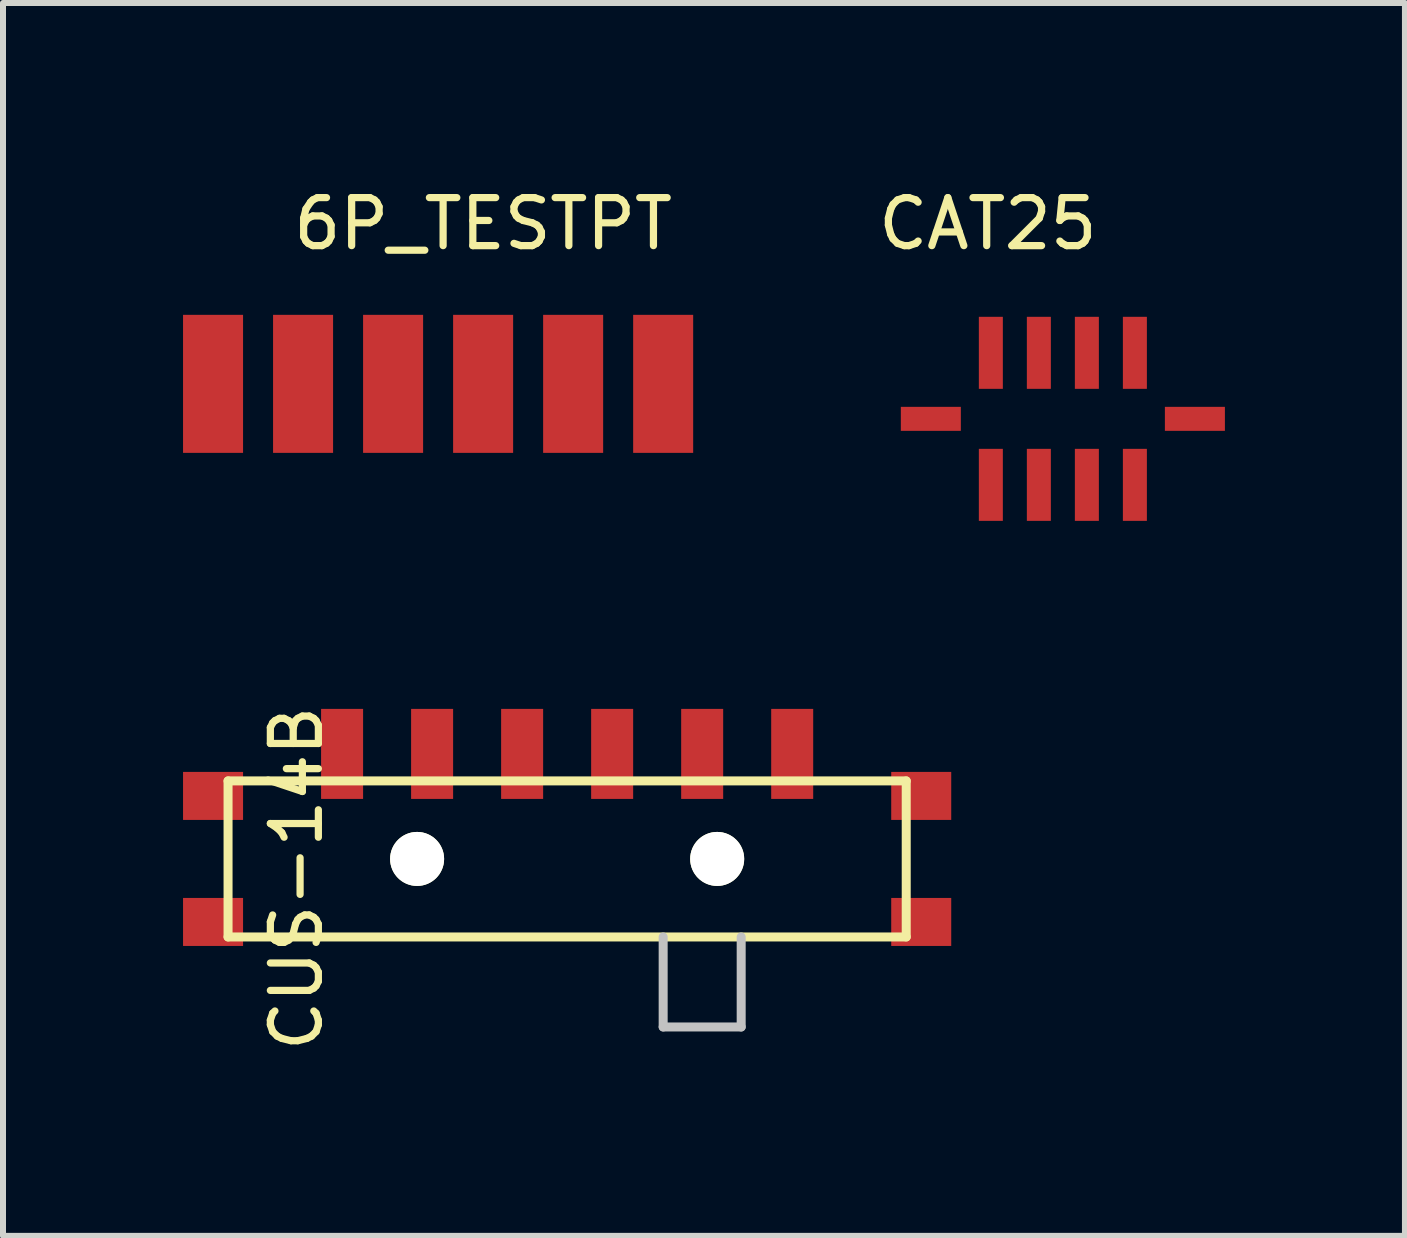
<source format=kicad_pcb>
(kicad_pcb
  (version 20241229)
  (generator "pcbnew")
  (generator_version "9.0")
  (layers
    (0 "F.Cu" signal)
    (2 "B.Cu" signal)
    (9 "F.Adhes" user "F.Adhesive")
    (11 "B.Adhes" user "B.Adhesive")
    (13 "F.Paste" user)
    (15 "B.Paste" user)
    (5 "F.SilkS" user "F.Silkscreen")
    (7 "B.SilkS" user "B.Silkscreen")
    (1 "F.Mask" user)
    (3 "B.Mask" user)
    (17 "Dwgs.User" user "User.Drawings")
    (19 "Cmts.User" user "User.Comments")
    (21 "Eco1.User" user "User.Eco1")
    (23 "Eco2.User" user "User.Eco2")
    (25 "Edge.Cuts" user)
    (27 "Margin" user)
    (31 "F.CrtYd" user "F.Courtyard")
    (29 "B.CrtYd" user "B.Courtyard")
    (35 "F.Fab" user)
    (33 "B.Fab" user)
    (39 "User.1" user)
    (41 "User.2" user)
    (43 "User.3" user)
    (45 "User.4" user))
  (footprint "CAT25"
    (layer "F.Cu")
    (at 14.66 3.929)
    (property "Reference" "CAT25" (at -1.25 -3.25 0) (layer "F.SilkS") (effects (font (size 0.8 0.8) (thickness 0.12))))
    (attr smd)
    (pad "1" smd rect (at -2.2 0 90) (size 0.4 1) (layers "F.Cu" "F.Mask" "F.Paste"))
    (pad "1" smd rect (at 2.2 0 90) (size 0.4 1) (layers "F.Cu" "F.Mask" "F.Paste"))
    (pad "2" smd rect (at -1.2 1.1) (size 0.4 1.2) (layers "F.Cu" "F.Mask" "F.Paste"))
    (pad "3" smd rect (at -0.4 1.1) (size 0.4 1.2) (layers "F.Cu" "F.Mask" "F.Paste"))
    (pad "4" smd rect (at 0.4 1.1) (size 0.4 1.2) (layers "F.Cu" "F.Mask" "F.Paste"))
    (pad "5" smd rect (at 1.2 1.1) (size 0.4 1.2) (layers "F.Cu" "F.Mask" "F.Paste"))
    (pad "7" smd rect (at 1.2 -1.1) (size 0.4 1.2) (layers "F.Cu" "F.Mask" "F.Paste"))
    (pad "8" smd rect (at 0.4 -1.1) (size 0.4 1.2) (layers "F.Cu" "F.Mask" "F.Paste"))
    (pad "9" smd rect (at -0.4 -1.1) (size 0.4 1.2) (layers "F.Cu" "F.Mask" "F.Paste"))
    (pad "10" smd rect (at -1.2 -1.1) (size 0.4 1.2) (layers "F.Cu" "F.Mask" "F.Paste")))
  (footprint "CUS-14B"
    (layer "F.Cu")
    (at 6.4 11.262)
    (property "Reference" "CUS-14B" (at -4.509 0.324 90) (layer "F.SilkS") (effects (font (size 0.8 0.8) (thickness 0.12))))
    (attr smd)
    (fp_line (start -5.65 -1.3) (end -5.65 1.3) (stroke (width 0.15) (type solid)) (layer "F.SilkS"))
    (fp_line (start -5.65 -1.3) (end 5.65 -1.3) (stroke (width 0.15) (type solid)) (layer "F.SilkS"))
    (fp_line (start -5.65 1.3) (end 5.65 1.3) (stroke (width 0.15) (type solid)) (layer "F.SilkS"))
    (fp_line (start 5.65 -1.3) (end 5.65 1.3) (stroke (width 0.15) (type solid)) (layer "F.SilkS"))
    (fp_line (start 1.6 1.3) (end 1.6 2.8) (stroke (width 0.15) (type solid)) (layer "Dwgs.User"))
    (fp_line (start 2.9 1.3) (end 2.9 2.8) (stroke (width 0.15) (type solid)) (layer "Dwgs.User"))
    (fp_line (start 2.9 2.8) (end 1.6 2.8) (stroke (width 0.15) (type solid)) (layer "Dwgs.User"))
    (pad "" smd rect (at -5.9 -1.05) (size 1 0.8) (layers "F.Cu" "F.Mask" "F.Paste"))
    (pad "" smd rect (at -5.9 1.05) (size 1 0.8) (layers "F.Cu" "F.Mask" "F.Paste"))
    (pad "" np_thru_hole circle (at -2.5 0) (size 0.9 0.9) (drill 0.9) (layers "*.Cu" "*.Mask" "F.SilkS"))
    (pad "" np_thru_hole circle (at 2.5 0) (size 0.9 0.9) (drill 0.9) (layers "*.Cu" "*.Mask" "F.SilkS"))
    (pad "" smd rect (at 5.9 -1.05) (size 1 0.8) (layers "F.Cu" "F.Mask" "F.Paste"))
    (pad "" smd rect (at 5.9 1.05) (size 1 0.8) (layers "F.Cu" "F.Mask" "F.Paste"))
    (pad "1" smd rect (at -0.75 -1.75) (size 0.7 1.5) (layers "F.Cu" "F.Mask" "F.Paste"))
    (pad "1" smd rect (at 0.75 -1.75) (size 0.7 1.5) (layers "F.Cu" "F.Mask" "F.Paste"))
    (pad "2" smd rect (at 3.75 -1.75) (size 0.7 1.5) (layers "F.Cu" "F.Mask" "F.Paste"))
    (pad "3" smd rect (at 2.25 -1.75) (size 0.7 1.5) (layers "F.Cu" "F.Mask" "F.Paste"))
    (pad "4" smd rect (at -2.25 -1.75) (size 0.7 1.5) (layers "F.Cu" "F.Mask" "F.Paste"))
    (pad "5" smd rect (at -3.75 -1.75) (size 0.7 1.5) (layers "F.Cu" "F.Mask" "F.Paste")))
  (footprint "6P_TESTPT"
    (layer "F.Cu")
    (at 5 3.346)
    (property "Reference" "6P_TESTPT" (at 0 -2.667 180) (layer "F.SilkS") (effects (font (size 0.8 0.8) (thickness 0.12))))
    (attr through_hole)
    (pad "1" connect rect (at -4.5 0) (size 1 2.3) (layers "F.Cu" "F.Mask"))
    (pad "2" connect rect (at -3 0) (size 1 2.3) (layers "F.Cu" "F.Mask"))
    (pad "3" connect rect (at -1.5 0) (size 1 2.3) (layers "F.Cu" "F.Mask"))
    (pad "4" connect rect (at 0 0) (size 1 2.3) (layers "F.Cu" "F.Mask"))
    (pad "5" connect rect (at 1.5 0) (size 1 2.3) (layers "F.Cu" "F.Mask"))
    (pad "6" connect rect (at 3 0) (size 1 2.3) (layers "F.Cu" "F.Mask")))
  (gr_rect
    (start -3 -3)
    (end 20.36 17.543)
    (stroke (width 0.1) (type default))
    (fill no)
    (layer "Edge.Cuts")))
</source>
